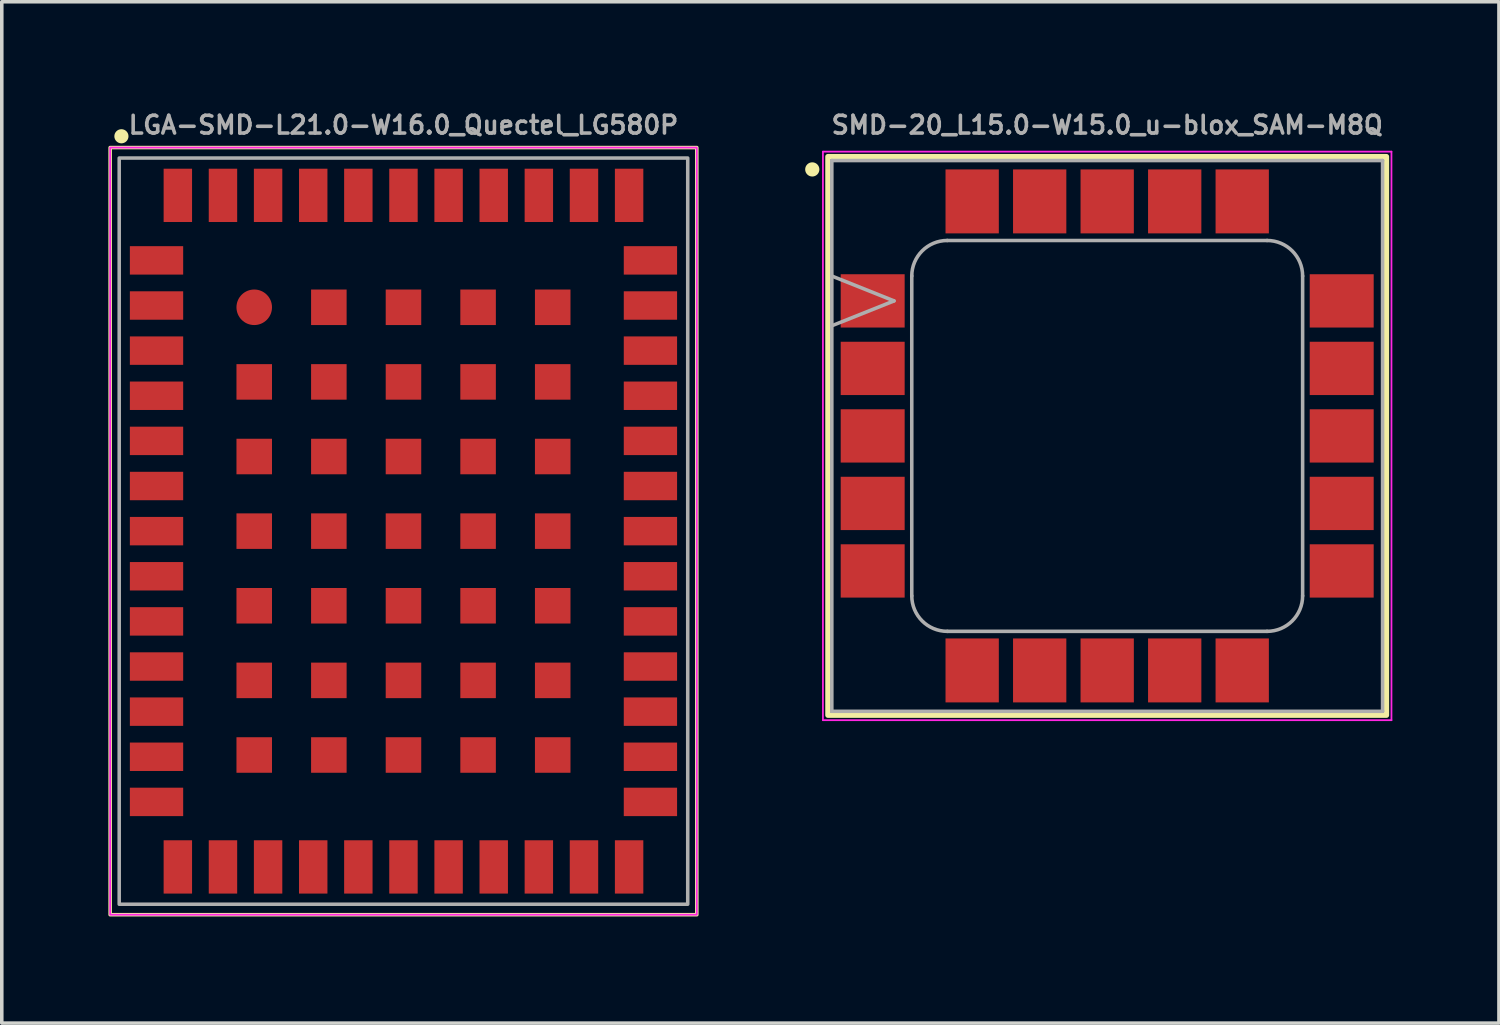
<source format=kicad_pcb>
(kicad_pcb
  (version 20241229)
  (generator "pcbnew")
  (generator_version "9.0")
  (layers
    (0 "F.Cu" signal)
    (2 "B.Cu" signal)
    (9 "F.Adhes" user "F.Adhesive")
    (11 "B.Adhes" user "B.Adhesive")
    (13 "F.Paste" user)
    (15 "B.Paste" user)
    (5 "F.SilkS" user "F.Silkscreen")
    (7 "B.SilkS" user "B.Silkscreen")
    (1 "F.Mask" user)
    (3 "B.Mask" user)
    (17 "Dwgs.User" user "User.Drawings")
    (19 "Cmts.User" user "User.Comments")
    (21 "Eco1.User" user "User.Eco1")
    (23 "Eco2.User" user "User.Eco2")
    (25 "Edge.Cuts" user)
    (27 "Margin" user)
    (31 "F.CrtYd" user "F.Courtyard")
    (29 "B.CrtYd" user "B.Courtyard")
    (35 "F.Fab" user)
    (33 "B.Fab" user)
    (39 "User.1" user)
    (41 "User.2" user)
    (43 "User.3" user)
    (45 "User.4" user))
  (footprint "SMD-20_L15.0-W15.0_u-blox_SAM-M8Q"
    (layer "F.Cu")
    (at 28.11 9.218)
    (property "Reference" "SMD-20_L15.0-W15.0_u-blox_SAM-M8Q" (at 0 -8.75 0) (layer "F.Fab") (effects (font (size 0.5 0.5) (thickness 0.1))))
    (attr smd)
    (fp_rect (start -7.86 -7.86) (end 7.86 7.86) (stroke (width 0.15) (type default)) (fill no) (layer "F.SilkS"))
    (fp_circle (center -8.3 -7.5) (end -8.3 -7.4) (stroke (width 0.2) (type solid)) (fill yes) (layer "F.SilkS"))
    (fp_line (start -8 -8) (end -8 8) (stroke (width 0.05) (type solid)) (layer "F.CrtYd"))
    (fp_line (start -8 8) (end 8 8) (stroke (width 0.05) (type solid)) (layer "F.CrtYd"))
    (fp_line (start 8 -8) (end -8 -8) (stroke (width 0.05) (type solid)) (layer "F.CrtYd"))
    (fp_line (start 8 8) (end 8 -8) (stroke (width 0.05) (type solid)) (layer "F.CrtYd"))
    (fp_line (start -7.75 -7.75) (end -7.75 7.75) (stroke (width 0.1) (type solid)) (layer "F.Fab"))
    (fp_line (start -7.75 7.75) (end 7.75 7.75) (stroke (width 0.1) (type solid)) (layer "F.Fab"))
    (fp_line (start -6 -3.8) (end -7.75 -4.5) (stroke (width 0.1) (type solid)) (layer "F.Fab"))
    (fp_line (start -6 -3.8) (end -7.75 -3.1) (stroke (width 0.1) (type solid)) (layer "F.Fab"))
    (fp_line (start -5.5 -4.5) (end -5.5 4.5) (stroke (width 0.1) (type solid)) (layer "F.Fab"))
    (fp_line (start -4.5 5.5) (end 4.5 5.5) (stroke (width 0.1) (type solid)) (layer "F.Fab"))
    (fp_line (start 4.5 -5.5) (end -4.5 -5.5) (stroke (width 0.1) (type solid)) (layer "F.Fab"))
    (fp_line (start 5.5 4.5) (end 5.5 -4.5) (stroke (width 0.1) (type solid)) (layer "F.Fab"))
    (fp_line (start 7.75 -7.75) (end -7.75 -7.75) (stroke (width 0.1) (type solid)) (layer "F.Fab"))
    (fp_line (start 7.75 7.75) (end 7.75 -7.75) (stroke (width 0.1) (type solid)) (layer "F.Fab"))
    (fp_arc (start -5.5 -4.5) (mid -5.207107 -5.207107) (end -4.5 -5.5) (stroke (width 0.1) (type solid)) (layer "F.Fab"))
    (fp_arc (start -4.5 5.5) (mid -5.207107 5.207107) (end -5.5 4.5) (stroke (width 0.1) (type solid)) (layer "F.Fab"))
    (fp_arc (start 4.5 -5.5) (mid 5.207107 -5.207107) (end 5.5 -4.5) (stroke (width 0.1) (type solid)) (layer "F.Fab"))
    (fp_arc (start 5.5 4.5) (mid 5.207107 5.207107) (end 4.5 5.5) (stroke (width 0.1) (type solid)) (layer "F.Fab"))
    (pad "" smd rect (at -7.1 -4.225) (size 0.72 0.58) (layers "F.Paste"))
    (pad "" smd rect (at -7.1 -3.375) (size 0.72 0.58) (layers "F.Paste"))
    (pad "" smd rect (at -7.1 -2.325) (size 0.72 0.58) (layers "F.Paste"))
    (pad "" smd rect (at -7.1 -1.475) (size 0.72 0.58) (layers "F.Paste"))
    (pad "" smd rect (at -7.1 -0.425) (size 0.72 0.58) (layers "F.Paste"))
    (pad "" smd rect (at -7.1 0.425) (size 0.72 0.58) (layers "F.Paste"))
    (pad "" smd rect (at -7.1 1.475) (size 0.72 0.58) (layers "F.Paste"))
    (pad "" smd rect (at -7.1 2.325) (size 0.72 0.58) (layers "F.Paste"))
    (pad "" smd rect (at -7.1 3.375) (size 0.72 0.58) (layers "F.Paste"))
    (pad "" smd rect (at -7.1 4.225) (size 0.72 0.58) (layers "F.Paste"))
    (pad "" smd rect (at -6.1 -4.225) (size 0.72 0.58) (layers "F.Paste"))
    (pad "" smd rect (at -6.1 -3.375) (size 0.72 0.58) (layers "F.Paste"))
    (pad "" smd rect (at -6.1 -2.325) (size 0.72 0.58) (layers "F.Paste"))
    (pad "" smd rect (at -6.1 -1.475) (size 0.72 0.58) (layers "F.Paste"))
    (pad "" smd rect (at -6.1 -0.425) (size 0.72 0.58) (layers "F.Paste"))
    (pad "" smd rect (at -6.1 0.425) (size 0.72 0.58) (layers "F.Paste"))
    (pad "" smd rect (at -6.1 1.475) (size 0.72 0.58) (layers "F.Paste"))
    (pad "" smd rect (at -6.1 2.325) (size 0.72 0.58) (layers "F.Paste"))
    (pad "" smd rect (at -6.1 3.375) (size 0.72 0.58) (layers "F.Paste"))
    (pad "" smd rect (at -6.1 4.225) (size 0.72 0.58) (layers "F.Paste"))
    (pad "" smd rect (at -4.225 -7.1) (size 0.58 0.72) (layers "F.Paste"))
    (pad "" smd rect (at -4.225 -6.1) (size 0.58 0.72) (layers "F.Paste"))
    (pad "" smd rect (at -4.225 6.1) (size 0.58 0.72) (layers "F.Paste"))
    (pad "" smd rect (at -4.225 7.1) (size 0.58 0.72) (layers "F.Paste"))
    (pad "" smd rect (at -3.375 -7.1) (size 0.58 0.72) (layers "F.Paste"))
    (pad "" smd rect (at -3.375 -6.1) (size 0.58 0.72) (layers "F.Paste"))
    (pad "" smd rect (at -3.375 6.1) (size 0.58 0.72) (layers "F.Paste"))
    (pad "" smd rect (at -3.375 7.1) (size 0.58 0.72) (layers "F.Paste"))
    (pad "" smd rect (at -2.325 -7.1) (size 0.58 0.72) (layers "F.Paste"))
    (pad "" smd rect (at -2.325 -6.1) (size 0.58 0.72) (layers "F.Paste"))
    (pad "" smd rect (at -2.325 6.1) (size 0.58 0.72) (layers "F.Paste"))
    (pad "" smd rect (at -2.325 7.1) (size 0.58 0.72) (layers "F.Paste"))
    (pad "" smd rect (at -1.475 -7.1) (size 0.58 0.72) (layers "F.Paste"))
    (pad "" smd rect (at -1.475 -6.1) (size 0.58 0.72) (layers "F.Paste"))
    (pad "" smd rect (at -1.475 6.1) (size 0.58 0.72) (layers "F.Paste"))
    (pad "" smd rect (at -1.475 7.1) (size 0.58 0.72) (layers "F.Paste"))
    (pad "" smd rect (at -0.425 -7.1) (size 0.58 0.72) (layers "F.Paste"))
    (pad "" smd rect (at -0.425 -6.1) (size 0.58 0.72) (layers "F.Paste"))
    (pad "" smd rect (at -0.425 6.1) (size 0.58 0.72) (layers "F.Paste"))
    (pad "" smd rect (at -0.425 7.1) (size 0.58 0.72) (layers "F.Paste"))
    (pad "" smd rect (at 0.425 -7.1) (size 0.58 0.72) (layers "F.Paste"))
    (pad "" smd rect (at 0.425 -6.1) (size 0.58 0.72) (layers "F.Paste"))
    (pad "" smd rect (at 0.425 6.1) (size 0.58 0.72) (layers "F.Paste"))
    (pad "" smd rect (at 0.425 7.1) (size 0.58 0.72) (layers "F.Paste"))
    (pad "" smd rect (at 1.475 -7.1) (size 0.58 0.72) (layers "F.Paste"))
    (pad "" smd rect (at 1.475 -6.1) (size 0.58 0.72) (layers "F.Paste"))
    (pad "" smd rect (at 1.475 6.1) (size 0.58 0.72) (layers "F.Paste"))
    (pad "" smd rect (at 1.475 7.1) (size 0.58 0.72) (layers "F.Paste"))
    (pad "" smd rect (at 2.325 -7.1) (size 0.58 0.72) (layers "F.Paste"))
    (pad "" smd rect (at 2.325 -6.1) (size 0.58 0.72) (layers "F.Paste"))
    (pad "" smd rect (at 2.325 6.1) (size 0.58 0.72) (layers "F.Paste"))
    (pad "" smd rect (at 2.325 7.1) (size 0.58 0.72) (layers "F.Paste"))
    (pad "" smd rect (at 3.375 -7.1) (size 0.58 0.72) (layers "F.Paste"))
    (pad "" smd rect (at 3.375 -6.1) (size 0.58 0.72) (layers "F.Paste"))
    (pad "" smd rect (at 3.375 6.1) (size 0.58 0.72) (layers "F.Paste"))
    (pad "" smd rect (at 3.375 7.1) (size 0.58 0.72) (layers "F.Paste"))
    (pad "" smd rect (at 4.225 -7.1) (size 0.58 0.72) (layers "F.Paste"))
    (pad "" smd rect (at 4.225 -6.1) (size 0.58 0.72) (layers "F.Paste"))
    (pad "" smd rect (at 4.225 6.1) (size 0.58 0.72) (layers "F.Paste"))
    (pad "" smd rect (at 4.225 7.1) (size 0.58 0.72) (layers "F.Paste"))
    (pad "" smd rect (at 6.1 -4.225) (size 0.72 0.58) (layers "F.Paste"))
    (pad "" smd rect (at 6.1 -3.375) (size 0.72 0.58) (layers "F.Paste"))
    (pad "" smd rect (at 6.1 -2.325) (size 0.72 0.58) (layers "F.Paste"))
    (pad "" smd rect (at 6.1 -1.475) (size 0.72 0.58) (layers "F.Paste"))
    (pad "" smd rect (at 6.1 -0.425) (size 0.72 0.58) (layers "F.Paste"))
    (pad "" smd rect (at 6.1 0.425) (size 0.72 0.58) (layers "F.Paste"))
    (pad "" smd rect (at 6.1 1.475) (size 0.72 0.58) (layers "F.Paste"))
    (pad "" smd rect (at 6.1 2.325) (size 0.72 0.58) (layers "F.Paste"))
    (pad "" smd rect (at 6.1 3.375) (size 0.72 0.58) (layers "F.Paste"))
    (pad "" smd rect (at 6.1 4.225) (size 0.72 0.58) (layers "F.Paste"))
    (pad "" smd rect (at 7.1 -4.225) (size 0.72 0.58) (layers "F.Paste"))
    (pad "" smd rect (at 7.1 -3.375) (size 0.72 0.58) (layers "F.Paste"))
    (pad "" smd rect (at 7.1 -2.325) (size 0.72 0.58) (layers "F.Paste"))
    (pad "" smd rect (at 7.1 -1.475) (size 0.72 0.58) (layers "F.Paste"))
    (pad "" smd rect (at 7.1 -0.425) (size 0.72 0.58) (layers "F.Paste"))
    (pad "" smd rect (at 7.1 0.425) (size 0.72 0.58) (layers "F.Paste"))
    (pad "" smd rect (at 7.1 1.475) (size 0.72 0.58) (layers "F.Paste"))
    (pad "" smd rect (at 7.1 2.325) (size 0.72 0.58) (layers "F.Paste"))
    (pad "" smd rect (at 7.1 3.375) (size 0.72 0.58) (layers "F.Paste"))
    (pad "" smd rect (at 7.1 4.225) (size 0.72 0.58) (layers "F.Paste"))
    (pad "1" smd rect (at -6.6 -3.8) (size 1.8 1.5) (layers "F.Cu" "F.Mask"))
    (pad "2" smd rect (at -6.6 -1.9) (size 1.8 1.5) (layers "F.Cu" "F.Mask"))
    (pad "3" smd rect (at -6.6 0) (size 1.8 1.5) (layers "F.Cu" "F.Mask"))
    (pad "4" smd rect (at -6.6 1.9) (size 1.8 1.5) (layers "F.Cu" "F.Mask"))
    (pad "5" smd rect (at -6.6 3.8) (size 1.8 1.5) (layers "F.Cu" "F.Mask"))
    (pad "6" smd rect (at -3.8 6.6) (size 1.5 1.8) (layers "F.Cu" "F.Mask"))
    (pad "7" smd rect (at -1.9 6.6) (size 1.5 1.8) (layers "F.Cu" "F.Mask"))
    (pad "8" smd rect (at 0 6.6) (size 1.5 1.8) (layers "F.Cu" "F.Mask"))
    (pad "9" smd rect (at 1.9 6.6) (size 1.5 1.8) (layers "F.Cu" "F.Mask"))
    (pad "10" smd rect (at 3.8 6.6) (size 1.5 1.8) (layers "F.Cu" "F.Mask"))
    (pad "11" smd rect (at 6.6 3.8) (size 1.8 1.5) (layers "F.Cu" "F.Mask"))
    (pad "12" smd rect (at 6.6 1.9) (size 1.8 1.5) (layers "F.Cu" "F.Mask"))
    (pad "13" smd rect (at 6.6 0) (size 1.8 1.5) (layers "F.Cu" "F.Mask"))
    (pad "14" smd rect (at 6.6 -1.9) (size 1.8 1.5) (layers "F.Cu" "F.Mask"))
    (pad "15" smd rect (at 6.6 -3.8) (size 1.8 1.5) (layers "F.Cu" "F.Mask"))
    (pad "16" smd rect (at 3.8 -6.6) (size 1.5 1.8) (layers "F.Cu" "F.Mask"))
    (pad "17" smd rect (at 1.9 -6.6) (size 1.5 1.8) (layers "F.Cu" "F.Mask"))
    (pad "18" smd rect (at 0 -6.6) (size 1.5 1.8) (layers "F.Cu" "F.Mask"))
    (pad "19" smd rect (at -1.9 -6.6) (size 1.5 1.8) (layers "F.Cu" "F.Mask"))
    (pad "20" smd rect (at -3.8 -6.6) (size 1.5 1.8) (layers "F.Cu" "F.Mask")))
  (footprint "LGA-SMD-L21.0-W16.0_Quectel_LG580P"
    (layer "F.Cu")
    (at 8.305 11.898)
    (property "Reference" "LGA-SMD-L21.0-W16.0_Quectel_LG580P" (at 0 -11.43 0) (layer "F.Fab") (effects (font (size 0.5 0.5) (thickness 0.1))))
    (attr smd)
    (fp_rect (start -8.255 -10.795) (end 8.255 10.795) (stroke (width 0.1) (type default)) (fill no) (layer "F.SilkS"))
    (fp_circle (center -7.938 -11.113) (end -8.037 -11.113) (stroke (width 0.2) (type solid)) (fill yes) (layer "F.SilkS"))
    (fp_rect (start -8.255 -10.795) (end 8.255 10.795) (stroke (width 0.05) (type default)) (fill no) (layer "F.CrtYd"))
    (fp_rect (start -8 -10.5) (end 8 10.5) (stroke (width 0.1) (type default)) (fill no) (layer "F.Fab"))
    (pad "1" smd rect (at -6.95 -7.62) (size 1.5 0.8) (layers "F.Cu" "F.Mask" "F.Paste"))
    (pad "2" smd rect (at -6.95 -6.35) (size 1.5 0.8) (layers "F.Cu" "F.Mask" "F.Paste"))
    (pad "3" smd rect (at -6.95 -5.08) (size 1.5 0.8) (layers "F.Cu" "F.Mask" "F.Paste"))
    (pad "4" smd rect (at -6.95 -3.81) (size 1.5 0.8) (layers "F.Cu" "F.Mask" "F.Paste"))
    (pad "5" smd rect (at -6.95 -2.54) (size 1.5 0.8) (layers "F.Cu" "F.Mask" "F.Paste"))
    (pad "6" smd rect (at -6.95 -1.27) (size 1.5 0.8) (layers "F.Cu" "F.Mask" "F.Paste"))
    (pad "7" smd rect (at -6.95 0) (size 1.5 0.8) (layers "F.Cu" "F.Mask" "F.Paste"))
    (pad "8" smd rect (at -6.95 1.27) (size 1.5 0.8) (layers "F.Cu" "F.Mask" "F.Paste"))
    (pad "9" smd rect (at -6.95 2.54) (size 1.5 0.8) (layers "F.Cu" "F.Mask" "F.Paste"))
    (pad "10" smd rect (at -6.95 3.81) (size 1.5 0.8) (layers "F.Cu" "F.Mask" "F.Paste"))
    (pad "11" smd rect (at -6.95 5.08) (size 1.5 0.8) (layers "F.Cu" "F.Mask" "F.Paste"))
    (pad "12" smd rect (at -6.95 6.35) (size 1.5 0.8) (layers "F.Cu" "F.Mask" "F.Paste"))
    (pad "13" smd rect (at -6.95 7.62) (size 1.5 0.8) (layers "F.Cu" "F.Mask" "F.Paste"))
    (pad "14" smd rect (at -6.35 9.45 90) (size 1.5 0.8) (layers "F.Cu" "F.Mask" "F.Paste"))
    (pad "15" smd rect (at -5.08 9.45 90) (size 1.5 0.8) (layers "F.Cu" "F.Mask" "F.Paste"))
    (pad "16" smd rect (at -3.81 9.45 90) (size 1.5 0.8) (layers "F.Cu" "F.Mask" "F.Paste"))
    (pad "17" smd rect (at -2.54 9.45 90) (size 1.5 0.8) (layers "F.Cu" "F.Mask" "F.Paste"))
    (pad "18" smd rect (at -1.27 9.45 90) (size 1.5 0.8) (layers "F.Cu" "F.Mask" "F.Paste"))
    (pad "19" smd rect (at 0 9.45 90) (size 1.5 0.8) (layers "F.Cu" "F.Mask" "F.Paste"))
    (pad "20" smd rect (at 1.27 9.45 90) (size 1.5 0.8) (layers "F.Cu" "F.Mask" "F.Paste"))
    (pad "21" smd rect (at 2.54 9.45 90) (size 1.5 0.8) (layers "F.Cu" "F.Mask" "F.Paste"))
    (pad "22" smd rect (at 3.81 9.45 90) (size 1.5 0.8) (layers "F.Cu" "F.Mask" "F.Paste"))
    (pad "23" smd rect (at 5.08 9.45 90) (size 1.5 0.8) (layers "F.Cu" "F.Mask" "F.Paste"))
    (pad "24" smd rect (at 6.35 9.45 90) (size 1.5 0.8) (layers "F.Cu" "F.Mask" "F.Paste"))
    (pad "25" smd rect (at 6.95 7.62) (size 1.5 0.8) (layers "F.Cu" "F.Mask" "F.Paste"))
    (pad "26" smd rect (at 6.95 6.35) (size 1.5 0.8) (layers "F.Cu" "F.Mask" "F.Paste"))
    (pad "27" smd rect (at 6.95 5.08) (size 1.5 0.8) (layers "F.Cu" "F.Mask" "F.Paste"))
    (pad "28" smd rect (at 6.95 3.81) (size 1.5 0.8) (layers "F.Cu" "F.Mask" "F.Paste"))
    (pad "29" smd rect (at 6.95 2.54) (size 1.5 0.8) (layers "F.Cu" "F.Mask" "F.Paste"))
    (pad "30" smd rect (at 6.95 1.27) (size 1.5 0.8) (layers "F.Cu" "F.Mask" "F.Paste"))
    (pad "31" smd rect (at 6.95 0) (size 1.5 0.8) (layers "F.Cu" "F.Mask" "F.Paste"))
    (pad "32" smd rect (at 6.95 -1.27) (size 1.5 0.8) (layers "F.Cu" "F.Mask" "F.Paste"))
    (pad "33" smd rect (at 6.95 -2.54) (size 1.5 0.8) (layers "F.Cu" "F.Mask" "F.Paste"))
    (pad "34" smd rect (at 6.95 -3.81) (size 1.5 0.8) (layers "F.Cu" "F.Mask" "F.Paste"))
    (pad "35" smd rect (at 6.95 -5.08) (size 1.5 0.8) (layers "F.Cu" "F.Mask" "F.Paste"))
    (pad "36" smd rect (at 6.95 -6.35) (size 1.5 0.8) (layers "F.Cu" "F.Mask" "F.Paste"))
    (pad "37" smd rect (at 6.95 -7.62) (size 1.5 0.8) (layers "F.Cu" "F.Mask" "F.Paste"))
    (pad "38" smd rect (at 6.35 -9.45 90) (size 1.5 0.8) (layers "F.Cu" "F.Mask" "F.Paste"))
    (pad "39" smd rect (at 5.08 -9.45 90) (size 1.5 0.8) (layers "F.Cu" "F.Mask" "F.Paste"))
    (pad "40" smd rect (at 3.81 -9.45 90) (size 1.5 0.8) (layers "F.Cu" "F.Mask" "F.Paste"))
    (pad "41" smd rect (at 2.54 -9.45 90) (size 1.5 0.8) (layers "F.Cu" "F.Mask" "F.Paste"))
    (pad "42" smd rect (at 1.27 -9.45 90) (size 1.5 0.8) (layers "F.Cu" "F.Mask" "F.Paste"))
    (pad "43" smd rect (at 0 -9.45 90) (size 1.5 0.8) (layers "F.Cu" "F.Mask" "F.Paste"))
    (pad "44" smd rect (at -1.27 -9.45 90) (size 1.5 0.8) (layers "F.Cu" "F.Mask" "F.Paste"))
    (pad "45" smd rect (at -2.54 -9.45 90) (size 1.5 0.8) (layers "F.Cu" "F.Mask" "F.Paste"))
    (pad "46" smd rect (at -3.81 -9.45 90) (size 1.5 0.8) (layers "F.Cu" "F.Mask" "F.Paste"))
    (pad "47" smd rect (at -5.08 -9.45 90) (size 1.5 0.8) (layers "F.Cu" "F.Mask" "F.Paste"))
    (pad "48" smd rect (at -6.35 -9.45 90) (size 1.5 0.8) (layers "F.Cu" "F.Mask" "F.Paste"))
    (pad "49" smd circle (at -4.2 -6.3) (size 1 1) (layers "F.Cu" "F.Mask" "F.Paste"))
    (pad "49" smd rect (at -4.2 -4.2 180) (size 1 1) (layers "F.Cu" "F.Mask" "F.Paste"))
    (pad "49" smd rect (at -4.2 -2.1 180) (size 1 1) (layers "F.Cu" "F.Mask" "F.Paste"))
    (pad "49" smd rect (at -4.2 0 180) (size 1 1) (layers "F.Cu" "F.Mask" "F.Paste"))
    (pad "49" smd rect (at -4.2 2.1 180) (size 1 1) (layers "F.Cu" "F.Mask" "F.Paste"))
    (pad "49" smd rect (at -4.2 4.2 180) (size 1 1) (layers "F.Cu" "F.Mask" "F.Paste"))
    (pad "49" smd rect (at -4.2 6.3 180) (size 1 1) (layers "F.Cu" "F.Mask" "F.Paste"))
    (pad "49" smd rect (at -2.1 -6.3 180) (size 1 1) (layers "F.Cu" "F.Mask" "F.Paste"))
    (pad "49" smd rect (at -2.1 -4.2 180) (size 1 1) (layers "F.Cu" "F.Mask" "F.Paste"))
    (pad "49" smd rect (at -2.1 -2.1 180) (size 1 1) (layers "F.Cu" "F.Mask" "F.Paste"))
    (pad "49" smd rect (at -2.1 0 180) (size 1 1) (layers "F.Cu" "F.Mask" "F.Paste"))
    (pad "49" smd rect (at -2.1 2.1 180) (size 1 1) (layers "F.Cu" "F.Mask" "F.Paste"))
    (pad "49" smd rect (at -2.1 4.2 180) (size 1 1) (layers "F.Cu" "F.Mask" "F.Paste"))
    (pad "49" smd rect (at -2.1 6.3 180) (size 1 1) (layers "F.Cu" "F.Mask" "F.Paste"))
    (pad "49" smd rect (at 0 -6.3 180) (size 1 1) (layers "F.Cu" "F.Mask" "F.Paste"))
    (pad "49" smd rect (at 0 -4.2 180) (size 1 1) (layers "F.Cu" "F.Mask" "F.Paste"))
    (pad "49" smd rect (at 0 -2.1 180) (size 1 1) (layers "F.Cu" "F.Mask" "F.Paste"))
    (pad "49" smd rect (at 0 0 180) (size 1 1) (layers "F.Cu" "F.Mask" "F.Paste"))
    (pad "49" smd rect (at 0 2.1 180) (size 1 1) (layers "F.Cu" "F.Mask" "F.Paste"))
    (pad "49" smd rect (at 0 4.2 180) (size 1 1) (layers "F.Cu" "F.Mask" "F.Paste"))
    (pad "49" smd rect (at 0 6.3 180) (size 1 1) (layers "F.Cu" "F.Mask" "F.Paste"))
    (pad "49" smd rect (at 2.1 -6.3 180) (size 1 1) (layers "F.Cu" "F.Mask" "F.Paste"))
    (pad "49" smd rect (at 2.1 -4.2 180) (size 1 1) (layers "F.Cu" "F.Mask" "F.Paste"))
    (pad "49" smd rect (at 2.1 -2.1 180) (size 1 1) (layers "F.Cu" "F.Mask" "F.Paste"))
    (pad "49" smd rect (at 2.1 0 180) (size 1 1) (layers "F.Cu" "F.Mask" "F.Paste"))
    (pad "49" smd rect (at 2.1 2.1 180) (size 1 1) (layers "F.Cu" "F.Mask" "F.Paste"))
    (pad "49" smd rect (at 2.1 4.2 180) (size 1 1) (layers "F.Cu" "F.Mask" "F.Paste"))
    (pad "49" smd rect (at 2.1 6.3 180) (size 1 1) (layers "F.Cu" "F.Mask" "F.Paste"))
    (pad "49" smd rect (at 4.2 -6.3 180) (size 1 1) (layers "F.Cu" "F.Mask" "F.Paste"))
    (pad "49" smd rect (at 4.2 -4.2 180) (size 1 1) (layers "F.Cu" "F.Mask" "F.Paste"))
    (pad "49" smd rect (at 4.2 -2.1 180) (size 1 1) (layers "F.Cu" "F.Mask" "F.Paste"))
    (pad "49" smd rect (at 4.2 0 180) (size 1 1) (layers "F.Cu" "F.Mask" "F.Paste"))
    (pad "49" smd rect (at 4.2 2.1 180) (size 1 1) (layers "F.Cu" "F.Mask" "F.Paste"))
    (pad "49" smd rect (at 4.2 4.2 180) (size 1 1) (layers "F.Cu" "F.Mask" "F.Paste"))
    (pad "49" smd rect (at 4.2 6.3 180) (size 1 1) (layers "F.Cu" "F.Mask" "F.Paste")))
  (gr_rect
    (start -3 -3)
    (end 39.135 25.743)
    (stroke (width 0.1) (type default))
    (fill no)
    (layer "Edge.Cuts")))
</source>
